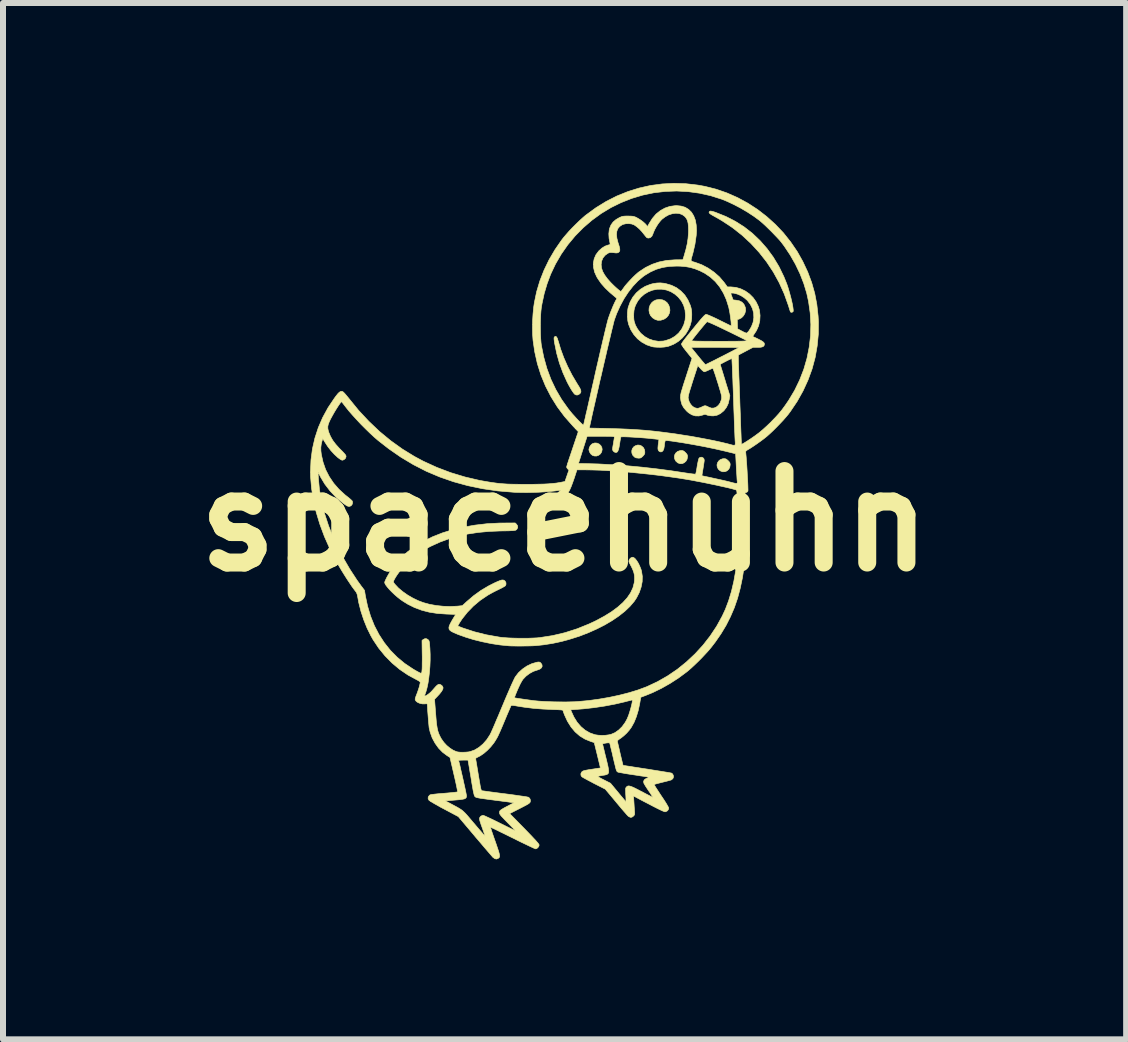
<source format=kicad_pcb>
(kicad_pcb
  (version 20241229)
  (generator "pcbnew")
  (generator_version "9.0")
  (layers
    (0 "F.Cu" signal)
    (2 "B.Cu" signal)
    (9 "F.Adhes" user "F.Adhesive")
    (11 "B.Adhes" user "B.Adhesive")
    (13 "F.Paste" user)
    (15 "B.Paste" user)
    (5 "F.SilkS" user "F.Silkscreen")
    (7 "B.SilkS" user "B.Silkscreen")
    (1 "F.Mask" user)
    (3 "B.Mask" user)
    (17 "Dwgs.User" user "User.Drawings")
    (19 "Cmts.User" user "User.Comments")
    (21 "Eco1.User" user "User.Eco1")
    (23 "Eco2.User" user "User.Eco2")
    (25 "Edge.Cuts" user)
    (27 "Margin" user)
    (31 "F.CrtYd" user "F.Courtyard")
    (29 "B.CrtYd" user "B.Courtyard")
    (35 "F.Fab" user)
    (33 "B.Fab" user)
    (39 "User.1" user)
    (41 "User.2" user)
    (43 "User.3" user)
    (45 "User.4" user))
  (footprint "spacehuhn"
    (layer "F.Cu")
    (at 6.357 5.634)
    (property "Reference" "spacehuhn" (at 0 0 0) (layer "F.SilkS") (effects (font (size 1.524 1.524) (thickness 0.3))))
    (attr through_hole)
    (fp_poly (pts (xy 0.543 -1.3) (xy 0.578 -1.284) (xy 0.606 -1.258) (xy 0.623 -1.223) (xy 0.627 -1.194) (xy 0.619 -1.154) (xy 0.599 -1.122) (xy 0.569 -1.098) (xy 0.533 -1.085) (xy 0.495 -1.086) (xy 0.464 -1.097) (xy 0.438 -1.119) (xy 0.418 -1.15) (xy 0.407 -1.184) (xy 0.406 -1.194) (xy 0.414 -1.228) (xy 0.432 -1.261) (xy 0.458 -1.286) (xy 0.466 -1.291) (xy 0.505 -1.303) (xy 0.543 -1.3)) (stroke (width 0.01) (type solid)) (fill yes) (layer "F.SilkS"))
    (fp_poly (pts (xy 1.257 -1.265) (xy 1.284 -1.252) (xy 1.316 -1.224) (xy 1.334 -1.186) (xy 1.338 -1.151) (xy 1.336 -1.127) (xy 1.327 -1.108) (xy 1.309 -1.087) (xy 1.305 -1.083) (xy 1.283 -1.063) (xy 1.266 -1.053) (xy 1.244 -1.05) (xy 1.231 -1.05) (xy 1.191 -1.055) (xy 1.166 -1.068) (xy 1.137 -1.098) (xy 1.122 -1.134) (xy 1.12 -1.172) (xy 1.13 -1.208) (xy 1.154 -1.239) (xy 1.18 -1.256) (xy 1.22 -1.269) (xy 1.257 -1.265)) (stroke (width 0.01) (type solid)) (fill yes) (layer "F.SilkS"))
    (fp_poly (pts (xy 1.97 -1.175) (xy 1.989 -1.166) (xy 2.01 -1.148) (xy 2.015 -1.143) (xy 2.035 -1.121) (xy 2.046 -1.102) (xy 2.049 -1.081) (xy 2.049 -1.073) (xy 2.042 -1.032) (xy 2.023 -0.999) (xy 1.995 -0.974) (xy 1.962 -0.959) (xy 1.926 -0.957) (xy 1.89 -0.97) (xy 1.885 -0.973) (xy 1.853 -1.002) (xy 1.835 -1.037) (xy 1.83 -1.073) (xy 1.837 -1.108) (xy 1.856 -1.138) (xy 1.885 -1.162) (xy 1.924 -1.175) (xy 1.947 -1.177) (xy 1.97 -1.175)) (stroke (width 0.01) (type solid)) (fill yes) (layer "F.SilkS"))
    (fp_poly (pts (xy 2.681 -1.039) (xy 2.7 -1.031) (xy 2.721 -1.012) (xy 2.726 -1.008) (xy 2.747 -0.985) (xy 2.757 -0.967) (xy 2.76 -0.945) (xy 2.76 -0.938) (xy 2.753 -0.896) (xy 2.734 -0.862) (xy 2.705 -0.837) (xy 2.671 -0.824) (xy 2.633 -0.823) (xy 2.595 -0.838) (xy 2.593 -0.839) (xy 2.562 -0.867) (xy 2.545 -0.901) (xy 2.54 -0.936) (xy 2.548 -0.971) (xy 2.567 -1.001) (xy 2.595 -1.025) (xy 2.633 -1.039) (xy 2.658 -1.041) (xy 2.681 -1.039)) (stroke (width 0.01) (type solid)) (fill yes) (layer "F.SilkS"))
    (fp_poly (pts (xy 1.634 -3.687) (xy 1.677 -3.667) (xy 1.712 -3.637) (xy 1.736 -3.6) (xy 1.751 -3.558) (xy 1.756 -3.514) (xy 1.749 -3.47) (xy 1.73 -3.429) (xy 1.7 -3.393) (xy 1.657 -3.365) (xy 1.604 -3.348) (xy 1.554 -3.347) (xy 1.511 -3.36) (xy 1.466 -3.389) (xy 1.434 -3.425) (xy 1.415 -3.467) (xy 1.407 -3.511) (xy 1.41 -3.555) (xy 1.424 -3.597) (xy 1.448 -3.635) (xy 1.481 -3.665) (xy 1.524 -3.686) (xy 1.575 -3.694) (xy 1.583 -3.694) (xy 1.634 -3.687)) (stroke (width 0.01) (type solid)) (fill yes) (layer "F.SilkS"))
    (fp_poly (pts (xy -0.135 -3.072) (xy -0.12 -3.047) (xy -0.107 -3.005) (xy -0.106 -3.004) (xy -0.065 -2.866) (xy -0.012 -2.722) (xy 0.052 -2.577) (xy 0.125 -2.434) (xy 0.206 -2.297) (xy 0.223 -2.27) (xy 0.25 -2.226) (xy 0.267 -2.192) (xy 0.273 -2.165) (xy 0.27 -2.144) (xy 0.258 -2.127) (xy 0.251 -2.12) (xy 0.221 -2.103) (xy 0.192 -2.103) (xy 0.172 -2.113) (xy 0.158 -2.127) (xy 0.139 -2.153) (xy 0.115 -2.189) (xy 0.09 -2.232) (xy 0.064 -2.278) (xy 0.04 -2.325) (xy -0.027 -2.474) (xy -0.085 -2.633) (xy -0.131 -2.797) (xy -0.164 -2.959) (xy -0.17 -2.992) (xy -0.174 -3.027) (xy -0.175 -3.049) (xy -0.173 -3.062) (xy -0.167 -3.071) (xy -0.167 -3.071) (xy -0.15 -3.08) (xy -0.135 -3.072)) (stroke (width 0.01) (type solid)) (fill yes) (layer "F.SilkS"))
    (fp_poly (pts (xy 2.448 -5.165) (xy 2.478 -5.158) (xy 2.521 -5.144) (xy 2.525 -5.142) (xy 2.69 -5.076) (xy 2.846 -4.996) (xy 2.994 -4.902) (xy 3.131 -4.795) (xy 3.258 -4.674) (xy 3.374 -4.542) (xy 3.479 -4.398) (xy 3.573 -4.242) (xy 3.654 -4.075) (xy 3.703 -3.954) (xy 3.721 -3.902) (xy 3.738 -3.845) (xy 3.755 -3.785) (xy 3.771 -3.725) (xy 3.785 -3.667) (xy 3.797 -3.613) (xy 3.805 -3.566) (xy 3.81 -3.528) (xy 3.811 -3.502) (xy 3.808 -3.491) (xy 3.794 -3.482) (xy 3.777 -3.48) (xy 3.765 -3.486) (xy 3.761 -3.496) (xy 3.753 -3.519) (xy 3.743 -3.552) (xy 3.731 -3.591) (xy 3.73 -3.594) (xy 3.661 -3.787) (xy 3.577 -3.973) (xy 3.479 -4.151) (xy 3.367 -4.32) (xy 3.242 -4.479) (xy 3.105 -4.628) (xy 2.956 -4.766) (xy 2.796 -4.892) (xy 2.625 -5.005) (xy 2.527 -5.062) (xy 2.48 -5.088) (xy 2.447 -5.107) (xy 2.425 -5.122) (xy 2.413 -5.134) (xy 2.408 -5.144) (xy 2.41 -5.151) (xy 2.417 -5.162) (xy 2.429 -5.167) (xy 2.448 -5.165)) (stroke (width 0.01) (type solid)) (fill yes) (layer "F.SilkS"))
    (fp_poly (pts (xy 1.657 -3.964) (xy 1.691 -3.957) (xy 1.783 -3.93) (xy 1.867 -3.889) (xy 1.94 -3.834) (xy 2.004 -3.767) (xy 2.055 -3.688) (xy 2.095 -3.598) (xy 2.096 -3.594) (xy 2.108 -3.555) (xy 2.115 -3.519) (xy 2.119 -3.479) (xy 2.12 -3.442) (xy 2.118 -3.377) (xy 2.11 -3.322) (xy 2.096 -3.269) (xy 2.073 -3.212) (xy 2.064 -3.192) (xy 2.019 -3.118) (xy 1.961 -3.051) (xy 1.893 -2.993) (xy 1.816 -2.947) (xy 1.734 -2.915) (xy 1.71 -2.909) (xy 1.661 -2.901) (xy 1.603 -2.897) (xy 1.543 -2.898) (xy 1.488 -2.902) (xy 1.456 -2.908) (xy 1.368 -2.938) (xy 1.287 -2.983) (xy 1.215 -3.04) (xy 1.154 -3.11) (xy 1.104 -3.189) (xy 1.068 -3.278) (xy 1.067 -3.281) (xy 1.054 -3.338) (xy 1.048 -3.403) (xy 1.152 -3.403) (xy 1.156 -3.354) (xy 1.161 -3.327) (xy 1.181 -3.266) (xy 1.215 -3.204) (xy 1.257 -3.147) (xy 1.274 -3.128) (xy 1.337 -3.075) (xy 1.409 -3.035) (xy 1.486 -3.009) (xy 1.566 -2.997) (xy 1.647 -3.001) (xy 1.687 -3.01) (xy 1.769 -3.039) (xy 1.841 -3.081) (xy 1.902 -3.135) (xy 1.951 -3.199) (xy 1.987 -3.272) (xy 2.009 -3.351) (xy 2.015 -3.428) (xy 2.008 -3.516) (xy 1.985 -3.596) (xy 1.947 -3.669) (xy 1.894 -3.734) (xy 1.839 -3.782) (xy 1.769 -3.825) (xy 1.695 -3.852) (xy 1.619 -3.865) (xy 1.542 -3.864) (xy 1.468 -3.849) (xy 1.397 -3.822) (xy 1.331 -3.783) (xy 1.272 -3.732) (xy 1.222 -3.671) (xy 1.183 -3.599) (xy 1.165 -3.548) (xy 1.157 -3.507) (xy 1.153 -3.457) (xy 1.152 -3.403) (xy 1.048 -3.403) (xy 1.048 -3.404) (xy 1.048 -3.472) (xy 1.055 -3.535) (xy 1.061 -3.563) (xy 1.093 -3.652) (xy 1.138 -3.733) (xy 1.196 -3.804) (xy 1.265 -3.864) (xy 1.343 -3.912) (xy 1.43 -3.946) (xy 1.475 -3.958) (xy 1.539 -3.968) (xy 1.597 -3.97) (xy 1.657 -3.964)) (stroke (width 0.01) (type solid)) (fill yes) (layer "F.SilkS"))
    (fp_poly (pts (xy -0.801 0.05) (xy -0.783 0.077) (xy -0.78 0.106) (xy -0.794 0.134) (xy -0.799 0.139) (xy -0.805 0.145) (xy -0.812 0.149) (xy -0.821 0.153) (xy -0.836 0.155) (xy -0.857 0.158) (xy -0.888 0.159) (xy -0.928 0.161) (xy -0.982 0.162) (xy -1.05 0.163) (xy -1.059 0.163) (xy -1.255 0.171) (xy -1.438 0.188) (xy -1.61 0.214) (xy -1.773 0.249) (xy -1.927 0.294) (xy -2.077 0.349) (xy -2.222 0.415) (xy -2.231 0.419) (xy -2.325 0.468) (xy -2.405 0.516) (xy -2.478 0.566) (xy -2.545 0.62) (xy -2.611 0.681) (xy -2.625 0.694) (xy -2.667 0.74) (xy -2.711 0.79) (xy -2.752 0.843) (xy -2.789 0.894) (xy -2.82 0.942) (xy -2.841 0.981) (xy -2.844 0.988) (xy -2.85 1.005) (xy -2.849 1.018) (xy -2.841 1.033) (xy -2.825 1.053) (xy -2.767 1.115) (xy -2.695 1.175) (xy -2.614 1.232) (xy -2.526 1.283) (xy -2.434 1.327) (xy -2.351 1.358) (xy -2.249 1.386) (xy -2.137 1.406) (xy -2.021 1.418) (xy -1.905 1.422) (xy -1.796 1.417) (xy -1.781 1.416) (xy -1.703 1.408) (xy -1.628 1.339) (xy -1.513 1.241) (xy -1.395 1.156) (xy -1.269 1.081) (xy -1.173 1.032) (xy -1.12 1.008) (xy -1.081 0.992) (xy -1.051 0.982) (xy -1.028 0.98) (xy -1.011 0.984) (xy -0.996 0.994) (xy -0.991 0.999) (xy -0.977 1.023) (xy -0.975 1.051) (xy -0.985 1.076) (xy -0.996 1.084) (xy -1.019 1.098) (xy -1.052 1.116) (xy -1.091 1.135) (xy -1.109 1.144) (xy -1.156 1.167) (xy -1.202 1.191) (xy -1.244 1.214) (xy -1.277 1.233) (xy -1.282 1.236) (xy -1.406 1.32) (xy -1.519 1.415) (xy -1.62 1.519) (xy -1.707 1.629) (xy -1.748 1.691) (xy -1.763 1.717) (xy -1.774 1.737) (xy -1.777 1.747) (xy -1.777 1.748) (xy -1.768 1.752) (xy -1.747 1.76) (xy -1.717 1.772) (xy -1.693 1.781) (xy -1.504 1.843) (xy -1.305 1.893) (xy -1.098 1.93) (xy -1.058 1.936) (xy -1.003 1.941) (xy -0.934 1.946) (xy -0.856 1.949) (xy -0.773 1.951) (xy -0.688 1.951) (xy -0.605 1.951) (xy -0.527 1.948) (xy -0.46 1.945) (xy -0.411 1.94) (xy -0.199 1.907) (xy 0.008 1.858) (xy 0.211 1.793) (xy 0.411 1.712) (xy 0.526 1.658) (xy 0.661 1.585) (xy 0.781 1.511) (xy 0.885 1.434) (xy 0.973 1.356) (xy 1.045 1.276) (xy 1.1 1.195) (xy 1.139 1.112) (xy 1.161 1.028) (xy 1.166 0.986) (xy 1.167 0.941) (xy 1.164 0.899) (xy 1.155 0.858) (xy 1.139 0.813) (xy 1.116 0.762) (xy 1.084 0.702) (xy 1.077 0.69) (xy 1.072 0.665) (xy 1.08 0.64) (xy 1.097 0.617) (xy 1.121 0.604) (xy 1.136 0.601) (xy 1.157 0.609) (xy 1.181 0.63) (xy 1.206 0.663) (xy 1.231 0.703) (xy 1.253 0.75) (xy 1.273 0.799) (xy 1.283 0.834) (xy 1.296 0.919) (xy 1.294 1.008) (xy 1.276 1.099) (xy 1.245 1.19) (xy 1.2 1.278) (xy 1.16 1.338) (xy 1.089 1.421) (xy 1.004 1.502) (xy 0.904 1.581) (xy 0.792 1.657) (xy 0.67 1.729) (xy 0.538 1.796) (xy 0.399 1.858) (xy 0.255 1.914) (xy 0.106 1.962) (xy -0.046 2.004) (xy -0.199 2.037) (xy -0.352 2.061) (xy -0.476 2.074) (xy -0.524 2.077) (xy -0.583 2.079) (xy -0.649 2.08) (xy -0.718 2.081) (xy -0.787 2.081) (xy -0.85 2.08) (xy -0.903 2.079) (xy -0.931 2.077) (xy -1.073 2.063) (xy -1.219 2.041) (xy -1.365 2.011) (xy -1.509 1.976) (xy -1.646 1.934) (xy -1.772 1.889) (xy -1.847 1.857) (xy -1.883 1.839) (xy -1.908 1.821) (xy -1.923 1.801) (xy -1.927 1.776) (xy -1.921 1.746) (xy -1.904 1.708) (xy -1.877 1.659) (xy -1.859 1.628) (xy -1.814 1.554) (xy -1.972 1.548) (xy -2.118 1.538) (xy -2.253 1.517) (xy -2.378 1.485) (xy -2.497 1.441) (xy -2.612 1.384) (xy -2.691 1.335) (xy -2.738 1.302) (xy -2.786 1.264) (xy -2.834 1.222) (xy -2.879 1.179) (xy -2.919 1.138) (xy -2.953 1.098) (xy -2.979 1.064) (xy -2.994 1.036) (xy -2.997 1.022) (xy -2.993 1.004) (xy -2.98 0.975) (xy -2.962 0.938) (xy -2.939 0.897) (xy -2.914 0.853) (xy -2.888 0.811) (xy -2.866 0.778) (xy -2.824 0.724) (xy -2.773 0.665) (xy -2.718 0.606) (xy -2.661 0.551) (xy -2.612 0.508) (xy -2.487 0.416) (xy -2.349 0.334) (xy -2.198 0.26) (xy -2.036 0.196) (xy -1.863 0.142) (xy -1.681 0.099) (xy -1.491 0.066) (xy -1.294 0.043) (xy -1.09 0.032) (xy -1.019 0.031) (xy -0.823 0.03) (xy -0.801 0.05)) (stroke (width 0.01) (type solid)) (fill yes) (layer "F.SilkS"))
    (fp_poly (pts (xy 2.021 -5.623) (xy 2.22 -5.6) (xy 2.337 -5.579) (xy 2.524 -5.532) (xy 2.706 -5.469) (xy 2.883 -5.391) (xy 3.053 -5.299) (xy 3.215 -5.194) (xy 3.369 -5.075) (xy 3.513 -4.945) (xy 3.647 -4.804) (xy 3.768 -4.652) (xy 3.878 -4.491) (xy 3.969 -4.329) (xy 4.052 -4.152) (xy 4.118 -3.975) (xy 4.169 -3.795) (xy 4.204 -3.611) (xy 4.225 -3.421) (xy 4.231 -3.318) (xy 4.229 -3.118) (xy 4.21 -2.921) (xy 4.176 -2.727) (xy 4.125 -2.537) (xy 4.057 -2.351) (xy 3.974 -2.17) (xy 3.876 -1.995) (xy 3.762 -1.826) (xy 3.727 -1.779) (xy 3.69 -1.735) (xy 3.644 -1.682) (xy 3.591 -1.626) (xy 3.535 -1.568) (xy 3.478 -1.511) (xy 3.424 -1.46) (xy 3.376 -1.417) (xy 3.37 -1.412) (xy 3.324 -1.375) (xy 3.269 -1.334) (xy 3.209 -1.291) (xy 3.149 -1.25) (xy 3.094 -1.214) (xy 3.055 -1.191) (xy 3.032 -1.177) (xy 3.021 -1.165) (xy 3.018 -1.152) (xy 3.02 -1.136) (xy 3.023 -1.105) (xy 3.027 -1.063) (xy 3.03 -1.012) (xy 3.035 -0.953) (xy 3.039 -0.891) (xy 3.043 -0.826) (xy 3.046 -0.761) (xy 3.05 -0.698) (xy 3.053 -0.641) (xy 3.055 -0.59) (xy 3.056 -0.549) (xy 3.057 -0.519) (xy 3.056 -0.504) (xy 3.056 -0.502) (xy 3.043 -0.486) (xy 3.026 -0.477) (xy 3.014 -0.473) (xy 3.008 -0.467) (xy 3.006 -0.453) (xy 3.008 -0.427) (xy 3.009 -0.42) (xy 3.016 -0.342) (xy 3.021 -0.251) (xy 3.025 -0.149) (xy 3.028 -0.04) (xy 3.029 0.072) (xy 3.029 0.184) (xy 3.027 0.293) (xy 3.024 0.396) (xy 3.019 0.489) (xy 3.014 0.555) (xy 2.993 0.756) (xy 2.964 0.944) (xy 2.927 1.12) (xy 2.883 1.285) (xy 2.829 1.442) (xy 2.765 1.591) (xy 2.692 1.736) (xy 2.607 1.877) (xy 2.511 2.016) (xy 2.443 2.104) (xy 2.403 2.152) (xy 2.352 2.208) (xy 2.295 2.269) (xy 2.234 2.331) (xy 2.172 2.391) (xy 2.113 2.446) (xy 2.059 2.493) (xy 2.033 2.514) (xy 1.898 2.614) (xy 1.757 2.705) (xy 1.612 2.787) (xy 1.468 2.857) (xy 1.35 2.905) (xy 1.318 2.917) (xy 1.291 2.927) (xy 1.275 2.933) (xy 1.272 2.934) (xy 1.27 2.942) (xy 1.266 2.964) (xy 1.26 2.995) (xy 1.254 3.032) (xy 1.229 3.152) (xy 1.197 3.258) (xy 1.159 3.352) (xy 1.113 3.435) (xy 1.078 3.483) (xy 1.035 3.532) (xy 0.988 3.576) (xy 0.943 3.612) (xy 0.929 3.621) (xy 0.905 3.638) (xy 0.887 3.653) (xy 0.881 3.662) (xy 0.882 3.673) (xy 0.887 3.697) (xy 0.895 3.732) (xy 0.905 3.775) (xy 0.916 3.822) (xy 0.927 3.872) (xy 0.939 3.922) (xy 0.95 3.969) (xy 0.96 4.009) (xy 0.968 4.041) (xy 0.973 4.062) (xy 0.975 4.068) (xy 0.984 4.07) (xy 1.008 4.074) (xy 1.045 4.08) (xy 1.094 4.087) (xy 1.153 4.097) (xy 1.221 4.107) (xy 1.295 4.119) (xy 1.375 4.131) (xy 1.376 4.131) (xy 1.456 4.144) (xy 1.531 4.156) (xy 1.6 4.167) (xy 1.661 4.177) (xy 1.712 4.185) (xy 1.751 4.192) (xy 1.777 4.197) (xy 1.787 4.2) (xy 1.8 4.213) (xy 1.811 4.232) (xy 1.816 4.262) (xy 1.806 4.289) (xy 1.782 4.31) (xy 1.763 4.317) (xy 1.743 4.322) (xy 1.711 4.331) (xy 1.671 4.341) (xy 1.626 4.352) (xy 1.614 4.355) (xy 1.572 4.366) (xy 1.536 4.375) (xy 1.509 4.383) (xy 1.495 4.388) (xy 1.493 4.389) (xy 1.496 4.396) (xy 1.508 4.416) (xy 1.527 4.447) (xy 1.552 4.485) (xy 1.581 4.53) (xy 1.612 4.577) (xy 1.657 4.644) (xy 1.692 4.699) (xy 1.716 4.74) (xy 1.731 4.768) (xy 1.736 4.783) (xy 1.728 4.809) (xy 1.709 4.83) (xy 1.683 4.842) (xy 1.673 4.843) (xy 1.66 4.839) (xy 1.634 4.829) (xy 1.595 4.811) (xy 1.544 4.786) (xy 1.479 4.753) (xy 1.401 4.712) (xy 1.308 4.664) (xy 1.22 4.617) (xy 1.149 4.579) (xy 1.155 4.662) (xy 1.158 4.71) (xy 1.161 4.762) (xy 1.165 4.808) (xy 1.165 4.819) (xy 1.168 4.855) (xy 1.168 4.878) (xy 1.165 4.893) (xy 1.158 4.904) (xy 1.149 4.914) (xy 1.122 4.933) (xy 1.095 4.935) (xy 1.066 4.92) (xy 1.049 4.904) (xy 1.036 4.89) (xy 1.014 4.864) (xy 0.984 4.83) (xy 0.948 4.788) (xy 0.908 4.74) (xy 0.865 4.689) (xy 0.849 4.669) (xy 0.679 4.466) (xy 0.49 4.37) (xy 0.438 4.342) (xy 0.39 4.317) (xy 0.348 4.294) (xy 0.315 4.276) (xy 0.294 4.263) (xy 0.287 4.257) (xy 0.284 4.253) (xy 0.553 4.253) (xy 0.558 4.259) (xy 0.577 4.27) (xy 0.605 4.285) (xy 0.641 4.304) (xy 0.657 4.312) (xy 0.766 4.367) (xy 0.893 4.52) (xy 0.929 4.564) (xy 0.961 4.602) (xy 0.988 4.634) (xy 1.008 4.658) (xy 1.02 4.671) (xy 1.023 4.674) (xy 1.024 4.666) (xy 1.024 4.644) (xy 1.023 4.611) (xy 1.021 4.571) (xy 1.02 4.56) (xy 1.018 4.514) (xy 1.017 4.482) (xy 1.017 4.461) (xy 1.02 4.447) (xy 1.025 4.437) (xy 1.032 4.429) (xy 1.032 4.429) (xy 1.044 4.419) (xy 1.057 4.413) (xy 1.074 4.412) (xy 1.096 4.417) (xy 1.125 4.427) (xy 1.163 4.444) (xy 1.211 4.468) (xy 1.272 4.5) (xy 1.287 4.507) (xy 1.337 4.534) (xy 1.383 4.558) (xy 1.421 4.577) (xy 1.45 4.592) (xy 1.467 4.6) (xy 1.471 4.602) (xy 1.467 4.595) (xy 1.456 4.576) (xy 1.438 4.548) (xy 1.415 4.513) (xy 1.401 4.493) (xy 1.375 4.454) (xy 1.352 4.419) (xy 1.334 4.389) (xy 1.323 4.369) (xy 1.321 4.364) (xy 1.317 4.335) (xy 1.329 4.31) (xy 1.357 4.29) (xy 1.375 4.283) (xy 1.388 4.279) (xy 1.398 4.275) (xy 1.404 4.273) (xy 1.404 4.27) (xy 1.397 4.267) (xy 1.381 4.263) (xy 1.356 4.258) (xy 1.319 4.252) (xy 1.269 4.245) (xy 1.206 4.235) (xy 1.139 4.225) (xy 1.078 4.216) (xy 1.021 4.207) (xy 0.972 4.198) (xy 0.932 4.191) (xy 0.904 4.186) (xy 0.891 4.182) (xy 0.891 4.182) (xy 0.884 4.179) (xy 0.877 4.174) (xy 0.871 4.166) (xy 0.865 4.153) (xy 0.858 4.133) (xy 0.85 4.104) (xy 0.841 4.065) (xy 0.828 4.014) (xy 0.813 3.949) (xy 0.805 3.915) (xy 0.792 3.857) (xy 0.779 3.805) (xy 0.768 3.76) (xy 0.76 3.726) (xy 0.754 3.703) (xy 0.752 3.696) (xy 0.741 3.694) (xy 0.72 3.694) (xy 0.694 3.697) (xy 0.667 3.702) (xy 0.646 3.707) (xy 0.635 3.711) (xy 0.635 3.712) (xy 0.637 3.723) (xy 0.642 3.748) (xy 0.651 3.784) (xy 0.662 3.831) (xy 0.675 3.885) (xy 0.69 3.944) (xy 0.69 3.944) (xy 0.708 4.018) (xy 0.722 4.078) (xy 0.731 4.124) (xy 0.735 4.16) (xy 0.734 4.185) (xy 0.728 4.204) (xy 0.715 4.216) (xy 0.695 4.225) (xy 0.669 4.231) (xy 0.636 4.236) (xy 0.631 4.237) (xy 0.597 4.243) (xy 0.571 4.248) (xy 0.555 4.252) (xy 0.553 4.253) (xy 0.284 4.253) (xy 0.273 4.233) (xy 0.273 4.205) (xy 0.287 4.179) (xy 0.291 4.175) (xy 0.302 4.167) (xy 0.316 4.16) (xy 0.338 4.154) (xy 0.369 4.148) (xy 0.413 4.14) (xy 0.455 4.134) (xy 0.598 4.112) (xy 0.547 3.901) (xy 0.495 3.69) (xy 0.436 3.671) (xy 0.341 3.632) (xy 0.254 3.579) (xy 0.176 3.511) (xy 0.108 3.43) (xy 0.048 3.334) (xy -0.000305 3.229) (xy -0.012 3.198) (xy -0.021 3.172) (xy -0.025 3.157) (xy -0.025 3.155) (xy -0.029 3.151) (xy -0.041 3.148) (xy -0.062 3.145) (xy -0.085 3.144) (xy 0.103 3.144) (xy 0.111 3.166) (xy 0.156 3.264) (xy 0.21 3.351) (xy 0.273 3.424) (xy 0.343 3.483) (xy 0.421 3.528) (xy 0.505 3.558) (xy 0.516 3.56) (xy 0.564 3.567) (xy 0.621 3.57) (xy 0.68 3.568) (xy 0.735 3.561) (xy 0.776 3.552) (xy 0.841 3.524) (xy 0.903 3.48) (xy 0.96 3.424) (xy 1.01 3.355) (xy 1.042 3.297) (xy 1.055 3.266) (xy 1.07 3.228) (xy 1.084 3.184) (xy 1.098 3.139) (xy 1.11 3.094) (xy 1.12 3.054) (xy 1.127 3.019) (xy 1.13 2.994) (xy 1.129 2.981) (xy 1.127 2.98) (xy 1.117 2.982) (xy 1.094 2.988) (xy 1.06 2.996) (xy 1.02 3.006) (xy 1.007 3.01) (xy 0.843 3.048) (xy 0.669 3.081) (xy 0.489 3.108) (xy 0.31 3.128) (xy 0.244 3.133) (xy 0.103 3.144) (xy -0.085 3.144) (xy -0.095 3.143) (xy -0.141 3.141) (xy -0.203 3.139) (xy -0.214 3.138) (xy -0.366 3.131) (xy -0.519 3.119) (xy -0.666 3.101) (xy -0.787 3.082) (xy -0.825 3.075) (xy -0.858 3.071) (xy -0.88 3.07) (xy -0.889 3.071) (xy -0.894 3.08) (xy -0.904 3.103) (xy -0.919 3.138) (xy -0.938 3.182) (xy -0.96 3.233) (xy -0.984 3.291) (xy -0.99 3.305) (xy -1.023 3.384) (xy -1.051 3.45) (xy -1.074 3.503) (xy -1.094 3.547) (xy -1.111 3.584) (xy -1.127 3.614) (xy -1.143 3.641) (xy -1.159 3.667) (xy -1.176 3.693) (xy -1.181 3.7) (xy -1.23 3.761) (xy -1.286 3.819) (xy -1.345 3.87) (xy -1.405 3.911) (xy -1.456 3.937) (xy -1.475 3.947) (xy -1.48 3.959) (xy -1.479 3.97) (xy -1.477 3.984) (xy -1.472 4.012) (xy -1.465 4.052) (xy -1.457 4.102) (xy -1.447 4.16) (xy -1.437 4.223) (xy -1.434 4.24) (xy -1.422 4.311) (xy -1.412 4.368) (xy -1.405 4.411) (xy -1.398 4.443) (xy -1.393 4.465) (xy -1.388 4.479) (xy -1.383 4.487) (xy -1.378 4.491) (xy -1.376 4.492) (xy -1.364 4.494) (xy -1.337 4.497) (xy -1.297 4.503) (xy -1.246 4.51) (xy -1.185 4.518) (xy -1.117 4.527) (xy -1.042 4.537) (xy -0.991 4.543) (xy -0.913 4.553) (xy -0.84 4.563) (xy -0.773 4.573) (xy -0.715 4.581) (xy -0.666 4.588) (xy -0.63 4.594) (xy -0.608 4.599) (xy -0.601 4.6) (xy -0.58 4.619) (xy -0.569 4.646) (xy -0.571 4.677) (xy -0.572 4.68) (xy -0.577 4.689) (xy -0.587 4.699) (xy -0.603 4.711) (xy -0.628 4.726) (xy -0.664 4.745) (xy -0.712 4.77) (xy -0.747 4.788) (xy -0.914 4.873) (xy -0.668 5.124) (xy -0.605 5.189) (xy -0.553 5.243) (xy -0.512 5.287) (xy -0.479 5.322) (xy -0.455 5.35) (xy -0.438 5.37) (xy -0.428 5.385) (xy -0.424 5.394) (xy -0.423 5.397) (xy -0.43 5.42) (xy -0.446 5.442) (xy -0.467 5.457) (xy -0.482 5.461) (xy -0.492 5.457) (xy -0.517 5.447) (xy -0.553 5.43) (xy -0.6 5.408) (xy -0.656 5.381) (xy -0.719 5.351) (xy -0.788 5.317) (xy -0.861 5.28) (xy -0.864 5.279) (xy -0.937 5.243) (xy -1.006 5.209) (xy -1.068 5.179) (xy -1.122 5.152) (xy -1.167 5.13) (xy -1.202 5.114) (xy -1.225 5.104) (xy -1.234 5.1) (xy -1.234 5.1) (xy -1.232 5.109) (xy -1.225 5.131) (xy -1.214 5.166) (xy -1.199 5.21) (xy -1.181 5.262) (xy -1.161 5.32) (xy -1.156 5.333) (xy -1.131 5.405) (xy -1.112 5.462) (xy -1.097 5.507) (xy -1.088 5.541) (xy -1.083 5.566) (xy -1.082 5.585) (xy -1.085 5.598) (xy -1.092 5.608) (xy -1.102 5.617) (xy -1.104 5.618) (xy -1.132 5.63) (xy -1.16 5.625) (xy -1.189 5.605) (xy -1.196 5.599) (xy -1.207 5.586) (xy -1.228 5.562) (xy -1.258 5.527) (xy -1.295 5.484) (xy -1.338 5.434) (xy -1.386 5.377) (xy -1.438 5.316) (xy -1.493 5.252) (xy -1.498 5.245) (xy -1.77 4.923) (xy -2.005 4.798) (xy -2.064 4.767) (xy -2.118 4.736) (xy -2.167 4.709) (xy -2.207 4.685) (xy -2.237 4.667) (xy -2.245 4.661) (xy -1.985 4.661) (xy -1.892 4.711) (xy -1.84 4.739) (xy -1.797 4.762) (xy -1.762 4.782) (xy -1.733 4.8) (xy -1.707 4.818) (xy -1.683 4.839) (xy -1.658 4.863) (xy -1.631 4.892) (xy -1.599 4.929) (xy -1.56 4.975) (xy -1.512 5.032) (xy -1.508 5.036) (xy -1.465 5.087) (xy -1.425 5.134) (xy -1.39 5.174) (xy -1.361 5.208) (xy -1.34 5.232) (xy -1.327 5.246) (xy -1.324 5.249) (xy -1.326 5.242) (xy -1.332 5.222) (xy -1.342 5.193) (xy -1.35 5.171) (xy -1.372 5.108) (xy -1.39 5.059) (xy -1.402 5.021) (xy -1.411 4.994) (xy -1.415 4.974) (xy -1.417 4.96) (xy -1.417 4.949) (xy -1.414 4.941) (xy -1.397 4.917) (xy -1.369 4.904) (xy -1.355 4.902) (xy -1.344 4.906) (xy -1.319 4.916) (xy -1.283 4.933) (xy -1.237 4.954) (xy -1.185 4.979) (xy -1.126 5.008) (xy -1.084 5.029) (xy -1.023 5.059) (xy -0.967 5.087) (xy -0.918 5.111) (xy -0.878 5.131) (xy -0.847 5.146) (xy -0.829 5.154) (xy -0.824 5.156) (xy -0.828 5.15) (xy -0.842 5.134) (xy -0.865 5.11) (xy -0.896 5.078) (xy -0.931 5.042) (xy -0.951 5.022) (xy -0.994 4.978) (xy -1.027 4.943) (xy -1.051 4.918) (xy -1.067 4.898) (xy -1.077 4.884) (xy -1.082 4.872) (xy -1.084 4.861) (xy -1.084 4.858) (xy -1.083 4.844) (xy -1.08 4.832) (xy -1.072 4.821) (xy -1.058 4.81) (xy -1.035 4.795) (xy -1.002 4.776) (xy -0.955 4.751) (xy -0.95 4.749) (xy -0.845 4.693) (xy -0.907 4.684) (xy -0.932 4.68) (xy -0.97 4.675) (xy -1.02 4.669) (xy -1.078 4.661) (xy -1.142 4.653) (xy -1.209 4.644) (xy -1.219 4.643) (xy -1.292 4.633) (xy -1.35 4.625) (xy -1.395 4.619) (xy -1.429 4.613) (xy -1.454 4.608) (xy -1.471 4.603) (xy -1.482 4.598) (xy -1.489 4.593) (xy -1.495 4.587) (xy -1.5 4.578) (xy -1.505 4.566) (xy -1.51 4.547) (xy -1.516 4.52) (xy -1.524 4.484) (xy -1.532 4.436) (xy -1.543 4.375) (xy -1.554 4.305) (xy -1.565 4.238) (xy -1.576 4.176) (xy -1.585 4.12) (xy -1.593 4.073) (xy -1.599 4.037) (xy -1.603 4.014) (xy -1.604 4.008) (xy -1.609 3.982) (xy -1.688 3.982) (xy -1.73 3.983) (xy -1.755 3.985) (xy -1.765 3.989) (xy -1.765 3.991) (xy -1.76 4.008) (xy -1.752 4.039) (xy -1.742 4.08) (xy -1.731 4.13) (xy -1.718 4.187) (xy -1.704 4.247) (xy -1.69 4.308) (xy -1.677 4.368) (xy -1.664 4.425) (xy -1.653 4.477) (xy -1.644 4.52) (xy -1.638 4.552) (xy -1.634 4.571) (xy -1.634 4.575) (xy -1.635 4.594) (xy -1.64 4.608) (xy -1.651 4.619) (xy -1.669 4.628) (xy -1.698 4.634) (xy -1.738 4.64) (xy -1.791 4.645) (xy -1.828 4.648) (xy -1.985 4.661) (xy -2.245 4.661) (xy -2.256 4.654) (xy -2.259 4.651) (xy -2.273 4.624) (xy -2.271 4.596) (xy -2.252 4.569) (xy -2.246 4.564) (xy -2.235 4.559) (xy -2.218 4.555) (xy -2.193 4.552) (xy -2.159 4.548) (xy -2.112 4.543) (xy -2.052 4.538) (xy -2.012 4.535) (xy -1.952 4.53) (xy -1.898 4.525) (xy -1.851 4.52) (xy -1.815 4.516) (xy -1.791 4.513) (xy -1.782 4.511) (xy -1.782 4.502) (xy -1.787 4.478) (xy -1.794 4.442) (xy -1.804 4.394) (xy -1.816 4.339) (xy -1.83 4.276) (xy -1.843 4.221) (xy -1.909 3.937) (xy -1.957 3.907) (xy -2.032 3.851) (xy -2.099 3.782) (xy -2.157 3.701) (xy -2.205 3.612) (xy -2.239 3.517) (xy -2.256 3.445) (xy -2.258 3.427) (xy -2.261 3.396) (xy -2.265 3.354) (xy -2.269 3.306) (xy -2.273 3.255) (xy -2.277 3.203) (xy -2.281 3.154) (xy -2.283 3.113) (xy -2.285 3.081) (xy -2.286 3.063) (xy -2.287 3.05) (xy -2.293 3.044) (xy -2.308 3.043) (xy -2.326 3.045) (xy -2.368 3.045) (xy -2.408 3.037) (xy -2.444 3.022) (xy -2.471 3.003) (xy -2.487 2.98) (xy -2.489 2.966) (xy -2.486 2.949) (xy -2.477 2.921) (xy -2.465 2.889) (xy -2.463 2.885) (xy -2.45 2.85) (xy -2.436 2.81) (xy -2.423 2.769) (xy -2.413 2.73) (xy -2.406 2.7) (xy -2.405 2.684) (xy -2.412 2.674) (xy -2.433 2.659) (xy -2.463 2.643) (xy -2.609 2.564) (xy -2.746 2.471) (xy -2.874 2.364) (xy -2.991 2.245) (xy -3.097 2.115) (xy -3.191 1.974) (xy -3.226 1.912) (xy -3.29 1.783) (xy -3.346 1.644) (xy -3.393 1.501) (xy -3.429 1.359) (xy -3.45 1.243) (xy -3.458 1.212) (xy -3.471 1.185) (xy -3.475 1.179) (xy -3.504 1.141) (xy -3.541 1.091) (xy -3.581 1.031) (xy -3.625 0.965) (xy -3.67 0.894) (xy -3.714 0.823) (xy -3.756 0.752) (xy -3.794 0.687) (xy -3.804 0.668) (xy -3.91 0.462) (xy -4.001 0.257) (xy -4.077 0.052) (xy -4.139 -0.152) (xy -4.185 -0.353) (xy -4.216 -0.551) (xy -4.232 -0.744) (xy -4.233 -0.817) (xy -4.108 -0.817) (xy -4.102 -0.72) (xy -4.084 -0.524) (xy -4.049 -0.325) (xy -3.998 -0.124) (xy -3.931 0.08) (xy -3.849 0.285) (xy -3.805 0.381) (xy -3.698 0.593) (xy -3.581 0.795) (xy -3.457 0.985) (xy -3.393 1.074) (xy -3.333 1.153) (xy -3.319 1.243) (xy -3.282 1.418) (xy -3.232 1.584) (xy -3.169 1.741) (xy -3.092 1.889) (xy -3.003 2.026) (xy -2.902 2.153) (xy -2.788 2.268) (xy -2.664 2.371) (xy -2.528 2.462) (xy -2.498 2.48) (xy -2.454 2.505) (xy -2.422 2.522) (xy -2.402 2.532) (xy -2.389 2.533) (xy -2.382 2.528) (xy -2.378 2.514) (xy -2.376 2.493) (xy -2.375 2.483) (xy -2.373 2.459) (xy -2.372 2.421) (xy -2.372 2.371) (xy -2.371 2.315) (xy -2.371 2.253) (xy -2.372 2.207) (xy -2.375 1.988) (xy -2.355 1.972) (xy -2.326 1.958) (xy -2.297 1.96) (xy -2.274 1.975) (xy -2.265 1.983) (xy -2.259 1.992) (xy -2.255 2.006) (xy -2.251 2.026) (xy -2.248 2.057) (xy -2.245 2.1) (xy -2.243 2.125) (xy -2.239 2.218) (xy -2.239 2.317) (xy -2.243 2.417) (xy -2.251 2.516) (xy -2.262 2.612) (xy -2.275 2.701) (xy -2.292 2.78) (xy -2.311 2.848) (xy -2.324 2.883) (xy -2.331 2.903) (xy -2.329 2.911) (xy -2.325 2.913) (xy -2.307 2.907) (xy -2.281 2.891) (xy -2.252 2.869) (xy -2.223 2.843) (xy -2.201 2.819) (xy -2.166 2.779) (xy -2.14 2.75) (xy -2.12 2.732) (xy -2.105 2.722) (xy -2.091 2.718) (xy -2.087 2.718) (xy -2.064 2.725) (xy -2.041 2.742) (xy -2.027 2.765) (xy -2.024 2.779) (xy -2.03 2.804) (xy -2.05 2.838) (xy -2.082 2.879) (xy -2.117 2.917) (xy -2.166 2.968) (xy -2.15 3.177) (xy -2.143 3.264) (xy -2.137 3.336) (xy -2.13 3.396) (xy -2.122 3.446) (xy -2.113 3.488) (xy -2.102 3.525) (xy -2.088 3.559) (xy -2.072 3.592) (xy -2.053 3.627) (xy -2.05 3.631) (xy -2.011 3.686) (xy -1.964 3.737) (xy -1.911 3.781) (xy -1.857 3.816) (xy -1.803 3.84) (xy -1.778 3.846) (xy -1.741 3.85) (xy -1.694 3.851) (xy -1.644 3.849) (xy -1.599 3.845) (xy -1.57 3.839) (xy -1.496 3.812) (xy -1.425 3.769) (xy -1.358 3.712) (xy -1.297 3.643) (xy -1.245 3.564) (xy -1.23 3.535) (xy -1.221 3.516) (xy -1.206 3.482) (xy -1.186 3.437) (xy -1.162 3.381) (xy -1.135 3.316) (xy -1.104 3.245) (xy -1.072 3.168) (xy -1.038 3.087) (xy -1.027 3.061) (xy -0.99 2.972) (xy -0.955 2.89) (xy -0.922 2.814) (xy -0.893 2.747) (xy -0.867 2.69) (xy -0.846 2.645) (xy -0.83 2.612) (xy -0.82 2.594) (xy -0.767 2.525) (xy -0.701 2.465) (xy -0.627 2.414) (xy -0.547 2.376) (xy -0.466 2.352) (xy -0.45 2.349) (xy -0.426 2.347) (xy -0.409 2.352) (xy -0.394 2.365) (xy -0.376 2.392) (xy -0.373 2.42) (xy -0.385 2.445) (xy -0.411 2.465) (xy -0.45 2.48) (xy -0.453 2.481) (xy -0.519 2.503) (xy -0.585 2.539) (xy -0.645 2.585) (xy -0.694 2.637) (xy -0.713 2.667) (xy -0.737 2.71) (xy -0.762 2.763) (xy -0.784 2.812) (xy -0.802 2.855) (xy -0.817 2.892) (xy -0.828 2.921) (xy -0.835 2.938) (xy -0.836 2.942) (xy -0.826 2.945) (xy -0.802 2.949) (xy -0.768 2.955) (xy -0.725 2.961) (xy -0.678 2.968) (xy -0.628 2.975) (xy -0.579 2.982) (xy -0.535 2.988) (xy -0.497 2.993) (xy -0.491 2.993) (xy -0.426 2.999) (xy -0.348 3.004) (xy -0.261 3.008) (xy -0.168 3.011) (xy -0.074 3.012) (xy 0.017 3.013) (xy 0.103 3.011) (xy 0.178 3.009) (xy 0.22 3.006) (xy 0.397 2.99) (xy 0.573 2.966) (xy 0.746 2.936) (xy 0.914 2.9) (xy 1.074 2.859) (xy 1.224 2.813) (xy 1.359 2.763) (xy 1.374 2.757) (xy 1.549 2.675) (xy 1.717 2.579) (xy 1.879 2.469) (xy 2.031 2.346) (xy 2.174 2.212) (xy 2.307 2.067) (xy 2.427 1.913) (xy 2.534 1.752) (xy 2.627 1.583) (xy 2.679 1.472) (xy 2.733 1.329) (xy 2.781 1.172) (xy 2.821 1.002) (xy 2.853 0.82) (xy 2.877 0.628) (xy 2.894 0.427) (xy 2.902 0.218) (xy 2.901 0.003) (xy 2.901 -0.03) (xy 2.898 -0.103) (xy 2.895 -0.176) (xy 2.892 -0.247) (xy 2.887 -0.314) (xy 2.883 -0.375) (xy 2.878 -0.427) (xy 2.874 -0.469) (xy 2.87 -0.499) (xy 2.866 -0.515) (xy 2.865 -0.516) (xy 2.852 -0.522) (xy 2.825 -0.53) (xy 2.785 -0.541) (xy 2.733 -0.554) (xy 2.672 -0.568) (xy 2.604 -0.583) (xy 2.529 -0.6) (xy 2.451 -0.616) (xy 2.37 -0.633) (xy 2.29 -0.649) (xy 2.21 -0.664) (xy 2.134 -0.679) (xy 2.072 -0.69) (xy 1.92 -0.715) (xy 1.759 -0.738) (xy 1.591 -0.761) (xy 1.42 -0.781) (xy 1.247 -0.799) (xy 1.076 -0.816) (xy 0.909 -0.829) (xy 0.748 -0.84) (xy 0.596 -0.849) (xy 0.455 -0.853) (xy 0.335 -0.855) (xy 0.207 -0.855) (xy 0.162 -0.717) (xy 0.134 -0.638) (xy 0.11 -0.574) (xy 0.086 -0.52) (xy 0.061 -0.476) (xy 0.035 -0.439) (xy 0.006 -0.405) (xy -0.028 -0.373) (xy -0.034 -0.368) (xy -0.07 -0.34) (xy -0.11 -0.313) (xy -0.151 -0.289) (xy -0.188 -0.27) (xy -0.219 -0.257) (xy -0.237 -0.254) (xy -0.266 -0.261) (xy -0.287 -0.282) (xy -0.296 -0.311) (xy -0.296 -0.316) (xy -0.295 -0.331) (xy -0.291 -0.344) (xy -0.28 -0.357) (xy -0.261 -0.371) (xy -0.232 -0.39) (xy -0.197 -0.411) (xy -0.162 -0.433) (xy -0.128 -0.457) (xy -0.102 -0.479) (xy -0.096 -0.485) (xy -0.064 -0.519) (xy -0.094 -0.513) (xy -0.161 -0.503) (xy -0.241 -0.495) (xy -0.332 -0.488) (xy -0.43 -0.482) (xy -0.53 -0.479) (xy -0.631 -0.477) (xy -0.728 -0.478) (xy -0.818 -0.48) (xy -0.851 -0.482) (xy -1.114 -0.504) (xy -1.369 -0.541) (xy -1.614 -0.592) (xy -1.851 -0.657) (xy -2.081 -0.737) (xy -2.303 -0.831) (xy -2.518 -0.941) (xy -2.727 -1.066) (xy -2.929 -1.206) (xy -3.107 -1.345) (xy -3.172 -1.401) (xy -3.242 -1.466) (xy -3.316 -1.538) (xy -3.391 -1.613) (xy -3.464 -1.691) (xy -3.533 -1.767) (xy -3.596 -1.839) (xy -3.649 -1.906) (xy -3.682 -1.949) (xy -3.699 -1.971) (xy -3.711 -1.986) (xy -3.716 -1.989) (xy -3.725 -1.982) (xy -3.741 -1.963) (xy -3.762 -1.933) (xy -3.786 -1.896) (xy -3.813 -1.853) (xy -3.84 -1.808) (xy -3.866 -1.762) (xy -3.89 -1.718) (xy -3.9 -1.7) (xy -3.923 -1.65) (xy -3.938 -1.61) (xy -3.945 -1.575) (xy -3.944 -1.541) (xy -3.936 -1.504) (xy -3.928 -1.479) (xy -3.9 -1.412) (xy -3.863 -1.347) (xy -3.814 -1.282) (xy -3.752 -1.213) (xy -3.736 -1.197) (xy -3.699 -1.16) (xy -3.673 -1.132) (xy -3.655 -1.111) (xy -3.645 -1.096) (xy -3.641 -1.083) (xy -3.641 -1.077) (xy -3.648 -1.051) (xy -3.668 -1.03) (xy -3.693 -1.017) (xy -3.705 -1.016) (xy -3.721 -1.021) (xy -3.745 -1.036) (xy -3.772 -1.056) (xy -3.774 -1.057) (xy -3.836 -1.114) (xy -3.893 -1.176) (xy -3.947 -1.246) (xy -4.001 -1.329) (xy -4.011 -1.346) (xy -4.029 -1.375) (xy -4.043 -1.329) (xy -4.055 -1.277) (xy -4.061 -1.227) (xy -4.06 -1.172) (xy -4.053 -1.113) (xy -4.024 -0.983) (xy -3.981 -0.859) (xy -3.921 -0.742) (xy -3.847 -0.632) (xy -3.758 -0.53) (xy -3.654 -0.435) (xy -3.627 -0.414) (xy -3.594 -0.388) (xy -3.566 -0.364) (xy -3.546 -0.345) (xy -3.536 -0.334) (xy -3.536 -0.334) (xy -3.532 -0.305) (xy -3.54 -0.277) (xy -3.558 -0.256) (xy -3.582 -0.246) (xy -3.588 -0.246) (xy -3.604 -0.247) (xy -3.623 -0.254) (xy -3.645 -0.267) (xy -3.676 -0.289) (xy -3.696 -0.303) (xy -3.807 -0.398) (xy -3.907 -0.503) (xy -3.995 -0.618) (xy -4.068 -0.74) (xy -4.068 -0.742) (xy -4.108 -0.817) (xy -4.233 -0.817) (xy -4.233 -0.832) (xy -4.225 -1.02) (xy -4.201 -1.204) (xy -4.16 -1.383) (xy -4.103 -1.558) (xy -4.03 -1.727) (xy -3.941 -1.89) (xy -3.836 -2.047) (xy -3.809 -2.084) (xy -3.778 -2.123) (xy -3.753 -2.148) (xy -3.731 -2.161) (xy -3.711 -2.163) (xy -3.697 -2.159) (xy -3.685 -2.15) (xy -3.665 -2.13) (xy -3.64 -2.101) (xy -3.611 -2.066) (xy -3.594 -2.045) (xy -3.432 -1.846) (xy -3.261 -1.663) (xy -3.083 -1.494) (xy -2.896 -1.34) (xy -2.702 -1.201) (xy -2.5 -1.077) (xy -2.354 -0.999) (xy -2.129 -0.896) (xy -1.897 -0.808) (xy -1.659 -0.736) (xy -1.416 -0.679) (xy -1.313 -0.661) (xy -1.242 -0.649) (xy -1.18 -0.64) (xy -1.122 -0.632) (xy -1.067 -0.626) (xy -1.011 -0.622) (xy -0.952 -0.618) (xy -0.887 -0.616) (xy -0.813 -0.615) (xy -0.727 -0.614) (xy -0.648 -0.614) (xy -0.533 -0.614) (xy -0.432 -0.616) (xy -0.345 -0.618) (xy -0.268 -0.622) (xy -0.201 -0.628) (xy -0.14 -0.634) (xy -0.084 -0.643) (xy -0.033 -0.653) (xy 0.007 -0.661) (xy 0.04 -0.756) (xy 0.073 -0.851) (xy 0.053 -0.87) (xy 0.04 -0.887) (xy 0.034 -0.902) (xy 0.034 -0.902) (xy 0.037 -0.912) (xy 0.044 -0.937) (xy 0.051 -0.961) (xy 0.232 -0.961) (xy 0.347 -0.959) (xy 0.568 -0.953) (xy 0.801 -0.94) (xy 1.042 -0.923) (xy 1.287 -0.9) (xy 1.533 -0.872) (xy 1.775 -0.84) (xy 1.993 -0.807) (xy 2.047 -0.799) (xy 2.095 -0.792) (xy 2.135 -0.787) (xy 2.165 -0.784) (xy 2.182 -0.784) (xy 2.184 -0.785) (xy 2.188 -0.795) (xy 2.193 -0.819) (xy 2.2 -0.853) (xy 2.207 -0.895) (xy 2.209 -0.91) (xy 2.217 -0.955) (xy 2.225 -0.994) (xy 2.233 -1.026) (xy 2.239 -1.045) (xy 2.24 -1.048) (xy 2.258 -1.063) (xy 2.281 -1.066) (xy 2.304 -1.059) (xy 2.321 -1.042) (xy 2.328 -1.019) (xy 2.328 -1.017) (xy 2.327 -1.001) (xy 2.323 -0.972) (xy 2.317 -0.933) (xy 2.31 -0.889) (xy 2.308 -0.876) (xy 2.301 -0.834) (xy 2.295 -0.798) (xy 2.291 -0.772) (xy 2.289 -0.758) (xy 2.289 -0.757) (xy 2.297 -0.755) (xy 2.32 -0.75) (xy 2.354 -0.743) (xy 2.397 -0.734) (xy 2.447 -0.723) (xy 2.46 -0.72) (xy 2.52 -0.707) (xy 2.584 -0.693) (xy 2.647 -0.679) (xy 2.702 -0.666) (xy 2.739 -0.657) (xy 2.791 -0.643) (xy 2.828 -0.634) (xy 2.853 -0.629) (xy 2.869 -0.63) (xy 2.877 -0.635) (xy 2.879 -0.647) (xy 2.878 -0.664) (xy 2.876 -0.679) (xy 2.874 -0.703) (xy 2.872 -0.741) (xy 2.869 -0.789) (xy 2.865 -0.844) (xy 2.862 -0.903) (xy 2.861 -0.928) (xy 2.851 -1.123) (xy 2.672 -1.167) (xy 2.502 -1.206) (xy 2.323 -1.243) (xy 2.14 -1.277) (xy 1.959 -1.308) (xy 1.786 -1.334) (xy 1.722 -1.342) (xy 1.701 -1.344) (xy 1.687 -1.343) (xy 1.677 -1.336) (xy 1.672 -1.32) (xy 1.667 -1.292) (xy 1.663 -1.253) (xy 1.655 -1.206) (xy 1.641 -1.174) (xy 1.621 -1.156) (xy 1.598 -1.154) (xy 1.583 -1.16) (xy 1.568 -1.172) (xy 1.559 -1.19) (xy 1.556 -1.216) (xy 1.559 -1.255) (xy 1.562 -1.283) (xy 1.567 -1.316) (xy 1.57 -1.343) (xy 1.572 -1.358) (xy 1.571 -1.361) (xy 1.563 -1.362) (xy 1.541 -1.365) (xy 1.507 -1.369) (xy 1.466 -1.373) (xy 1.439 -1.376) (xy 1.382 -1.382) (xy 1.32 -1.387) (xy 1.256 -1.392) (xy 1.193 -1.396) (xy 1.131 -1.4) (xy 1.075 -1.403) (xy 1.025 -1.405) (xy 0.984 -1.406) (xy 0.955 -1.405) (xy 0.94 -1.404) (xy 0.939 -1.403) (xy 0.936 -1.392) (xy 0.931 -1.368) (xy 0.925 -1.334) (xy 0.919 -1.294) (xy 0.918 -1.29) (xy 0.909 -1.234) (xy 0.899 -1.193) (xy 0.888 -1.166) (xy 0.875 -1.15) (xy 0.859 -1.144) (xy 0.849 -1.145) (xy 0.828 -1.153) (xy 0.812 -1.168) (xy 0.805 -1.178) (xy 0.801 -1.188) (xy 0.8 -1.202) (xy 0.802 -1.223) (xy 0.807 -1.255) (xy 0.813 -1.287) (xy 0.819 -1.327) (xy 0.825 -1.362) (xy 0.829 -1.387) (xy 0.83 -1.399) (xy 0.829 -1.404) (xy 0.824 -1.407) (xy 0.815 -1.41) (xy 0.798 -1.411) (xy 0.773 -1.413) (xy 0.737 -1.413) (xy 0.688 -1.414) (xy 0.624 -1.414) (xy 0.603 -1.414) (xy 0.376 -1.414) (xy 0.232 -0.961) (xy 0.051 -0.961) (xy 0.056 -0.975) (xy 0.071 -1.022) (xy 0.09 -1.078) (xy 0.111 -1.14) (xy 0.132 -1.203) (xy 0.229 -1.491) (xy 0.172 -1.551) (xy 0.413 -1.551) (xy 0.657 -1.546) (xy 0.801 -1.542) (xy 0.931 -1.538) (xy 1.049 -1.533) (xy 1.159 -1.527) (xy 1.264 -1.52) (xy 1.366 -1.512) (xy 1.468 -1.502) (xy 1.574 -1.49) (xy 1.686 -1.476) (xy 1.714 -1.472) (xy 1.843 -1.455) (xy 1.976 -1.434) (xy 2.111 -1.413) (xy 2.243 -1.389) (xy 2.371 -1.365) (xy 2.491 -1.341) (xy 2.601 -1.317) (xy 2.698 -1.294) (xy 2.722 -1.288) (xy 2.77 -1.275) (xy 2.804 -1.266) (xy 2.826 -1.264) (xy 2.839 -1.268) (xy 2.844 -1.28) (xy 2.845 -1.301) (xy 2.843 -1.333) (xy 2.842 -1.344) (xy 2.841 -1.366) (xy 2.839 -1.403) (xy 2.837 -1.454) (xy 2.834 -1.518) (xy 2.831 -1.592) (xy 2.828 -1.675) (xy 2.825 -1.767) (xy 2.821 -1.864) (xy 2.818 -1.966) (xy 2.814 -2.066) (xy 2.811 -2.168) (xy 2.807 -2.266) (xy 2.804 -2.357) (xy 2.8 -2.441) (xy 2.797 -2.515) (xy 2.795 -2.58) (xy 2.792 -2.633) (xy 2.79 -2.673) (xy 2.789 -2.699) (xy 2.788 -2.709) (xy 2.788 -2.709) (xy 2.779 -2.707) (xy 2.759 -2.698) (xy 2.729 -2.684) (xy 2.694 -2.666) (xy 2.689 -2.664) (xy 2.593 -2.613) (xy 2.608 -2.566) (xy 2.614 -2.545) (xy 2.625 -2.511) (xy 2.639 -2.466) (xy 2.655 -2.413) (xy 2.673 -2.355) (xy 2.688 -2.304) (xy 2.755 -2.09) (xy 2.744 -2.029) (xy 2.727 -1.958) (xy 2.698 -1.897) (xy 2.658 -1.844) (xy 2.648 -1.834) (xy 2.596 -1.792) (xy 2.541 -1.765) (xy 2.48 -1.754) (xy 2.447 -1.755) (xy 2.414 -1.759) (xy 2.384 -1.765) (xy 2.367 -1.771) (xy 2.351 -1.778) (xy 2.336 -1.779) (xy 2.315 -1.773) (xy 2.302 -1.768) (xy 2.24 -1.753) (xy 2.18 -1.754) (xy 2.121 -1.772) (xy 2.065 -1.807) (xy 2.032 -1.837) (xy 1.987 -1.889) (xy 1.956 -1.943) (xy 1.939 -2.004) (xy 1.933 -2.053) (xy 1.933 -2.064) (xy 2.06 -2.064) (xy 2.06 -2.054) (xy 2.061 -2.047) (xy 2.075 -1.995) (xy 2.099 -1.95) (xy 2.131 -1.914) (xy 2.168 -1.89) (xy 2.209 -1.88) (xy 2.214 -1.88) (xy 2.235 -1.883) (xy 2.264 -1.893) (xy 2.289 -1.904) (xy 2.316 -1.917) (xy 2.336 -1.923) (xy 2.354 -1.922) (xy 2.377 -1.913) (xy 2.409 -1.897) (xy 2.409 -1.897) (xy 2.45 -1.883) (xy 2.491 -1.885) (xy 2.529 -1.901) (xy 2.564 -1.93) (xy 2.592 -1.969) (xy 2.611 -2.018) (xy 2.616 -2.037) (xy 2.618 -2.05) (xy 2.618 -2.063) (xy 2.617 -2.079) (xy 2.614 -2.098) (xy 2.607 -2.125) (xy 2.598 -2.16) (xy 2.584 -2.205) (xy 2.567 -2.263) (xy 2.551 -2.314) (xy 2.532 -2.373) (xy 2.515 -2.428) (xy 2.499 -2.474) (xy 2.486 -2.511) (xy 2.477 -2.536) (xy 2.471 -2.548) (xy 2.471 -2.548) (xy 2.46 -2.545) (xy 2.439 -2.535) (xy 2.411 -2.522) (xy 2.405 -2.519) (xy 2.374 -2.505) (xy 2.348 -2.494) (xy 2.331 -2.489) (xy 2.329 -2.489) (xy 2.316 -2.495) (xy 2.295 -2.512) (xy 2.27 -2.537) (xy 2.267 -2.541) (xy 2.22 -2.593) (xy 2.203 -2.539) (xy 2.171 -2.441) (xy 2.144 -2.358) (xy 2.122 -2.288) (xy 2.104 -2.23) (xy 2.089 -2.183) (xy 2.078 -2.146) (xy 2.07 -2.116) (xy 2.065 -2.094) (xy 2.062 -2.077) (xy 2.06 -2.064) (xy 1.933 -2.064) (xy 1.932 -2.069) (xy 1.933 -2.084) (xy 1.934 -2.101) (xy 1.938 -2.12) (xy 1.943 -2.145) (xy 1.952 -2.175) (xy 1.964 -2.215) (xy 1.979 -2.265) (xy 1.999 -2.327) (xy 2.024 -2.403) (xy 2.027 -2.413) (xy 2.124 -2.713) (xy 2.036 -2.822) (xy 2.002 -2.865) (xy 1.979 -2.896) (xy 2.108 -2.896) (xy 2.225 -2.752) (xy 2.259 -2.71) (xy 2.29 -2.673) (xy 2.316 -2.643) (xy 2.335 -2.621) (xy 2.345 -2.609) (xy 2.347 -2.608) (xy 2.356 -2.612) (xy 2.378 -2.622) (xy 2.412 -2.639) (xy 2.455 -2.66) (xy 2.507 -2.686) (xy 2.565 -2.716) (xy 2.628 -2.748) (xy 2.629 -2.748) (xy 2.691 -2.78) (xy 2.749 -2.81) (xy 2.8 -2.836) (xy 2.843 -2.859) (xy 2.876 -2.876) (xy 2.897 -2.887) (xy 2.904 -2.892) (xy 2.904 -2.892) (xy 2.896 -2.893) (xy 2.872 -2.893) (xy 2.835 -2.894) (xy 2.786 -2.895) (xy 2.727 -2.895) (xy 2.659 -2.895) (xy 2.584 -2.896) (xy 2.506 -2.896) (xy 2.108 -2.896) (xy 1.979 -2.896) (xy 1.975 -2.902) (xy 1.956 -2.93) (xy 1.948 -2.947) (xy 1.947 -2.95) (xy 1.953 -2.962) (xy 1.969 -2.987) (xy 1.983 -3.006) (xy 2.117 -3.006) (xy 2.125 -3.004) (xy 2.15 -3.002) (xy 2.191 -3) (xy 2.248 -2.999) (xy 2.32 -2.998) (xy 2.406 -2.998) (xy 2.507 -2.997) (xy 2.584 -2.997) (xy 2.685 -2.997) (xy 2.775 -2.998) (xy 2.854 -2.998) (xy 2.92 -2.999) (xy 2.973 -3) (xy 3.012 -3.002) (xy 3.036 -3.003) (xy 3.043 -3.005) (xy 3.043 -3.005) (xy 3.034 -3.01) (xy 3.012 -3.022) (xy 2.977 -3.04) (xy 2.932 -3.062) (xy 2.878 -3.089) (xy 2.817 -3.119) (xy 2.75 -3.152) (xy 2.71 -3.171) (xy 2.619 -3.215) (xy 2.542 -3.252) (xy 2.479 -3.281) (xy 2.431 -3.302) (xy 2.397 -3.316) (xy 2.378 -3.322) (xy 2.374 -3.322) (xy 2.365 -3.313) (xy 2.347 -3.293) (xy 2.323 -3.265) (xy 2.295 -3.231) (xy 2.263 -3.193) (xy 2.231 -3.153) (xy 2.199 -3.114) (xy 2.17 -3.077) (xy 2.146 -3.046) (xy 2.128 -3.023) (xy 2.118 -3.008) (xy 2.117 -3.006) (xy 1.983 -3.006) (xy 1.996 -3.023) (xy 2.033 -3.071) (xy 2.08 -3.13) (xy 2.136 -3.199) (xy 2.143 -3.207) (xy 2.195 -3.271) (xy 2.237 -3.322) (xy 2.271 -3.363) (xy 2.298 -3.393) (xy 2.319 -3.416) (xy 2.335 -3.431) (xy 2.346 -3.44) (xy 2.355 -3.445) (xy 2.361 -3.446) (xy 2.374 -3.442) (xy 2.401 -3.432) (xy 2.438 -3.416) (xy 2.483 -3.396) (xy 2.534 -3.372) (xy 2.58 -3.349) (xy 2.777 -3.252) (xy 2.777 -3.283) (xy 2.775 -3.317) (xy 2.77 -3.362) (xy 2.763 -3.414) (xy 2.755 -3.468) (xy 2.745 -3.52) (xy 2.736 -3.564) (xy 2.734 -3.571) (xy 2.696 -3.691) (xy 2.652 -3.79) (xy 2.772 -3.79) (xy 2.777 -3.773) (xy 2.788 -3.744) (xy 2.793 -3.73) (xy 2.809 -3.687) (xy 2.859 -3.682) (xy 2.914 -3.671) (xy 2.957 -3.649) (xy 2.989 -3.615) (xy 3.01 -3.568) (xy 3.015 -3.549) (xy 3.017 -3.506) (xy 3.005 -3.462) (xy 2.982 -3.422) (xy 2.95 -3.389) (xy 2.913 -3.369) (xy 2.91 -3.368) (xy 2.878 -3.358) (xy 2.88 -3.282) (xy 2.883 -3.205) (xy 2.951 -3.169) (xy 2.982 -3.153) (xy 3.009 -3.141) (xy 3.027 -3.134) (xy 3.031 -3.133) (xy 3.043 -3.14) (xy 3.06 -3.156) (xy 3.071 -3.169) (xy 3.114 -3.24) (xy 3.142 -3.314) (xy 3.154 -3.39) (xy 3.151 -3.466) (xy 3.132 -3.54) (xy 3.097 -3.611) (xy 3.048 -3.675) (xy 3.04 -3.683) (xy 2.992 -3.724) (xy 2.937 -3.759) (xy 2.879 -3.784) (xy 2.822 -3.799) (xy 2.791 -3.801) (xy 2.779 -3.801) (xy 2.773 -3.798) (xy 2.772 -3.79) (xy 2.652 -3.79) (xy 2.646 -3.802) (xy 2.585 -3.903) (xy 2.512 -3.992) (xy 2.429 -4.068) (xy 2.336 -4.131) (xy 2.255 -4.172) (xy 2.172 -4.205) (xy 2.093 -4.228) (xy 2.013 -4.242) (xy 1.926 -4.249) (xy 1.867 -4.25) (xy 1.745 -4.245) (xy 1.633 -4.227) (xy 1.53 -4.197) (xy 1.432 -4.153) (xy 1.337 -4.096) (xy 1.308 -4.075) (xy 1.222 -4.002) (xy 1.14 -3.915) (xy 1.062 -3.815) (xy 0.99 -3.705) (xy 0.926 -3.586) (xy 0.869 -3.46) (xy 0.83 -3.353) (xy 0.825 -3.334) (xy 0.816 -3.3) (xy 0.805 -3.253) (xy 0.79 -3.193) (xy 0.773 -3.122) (xy 0.754 -3.041) (xy 0.733 -2.953) (xy 0.71 -2.857) (xy 0.687 -2.756) (xy 0.662 -2.65) (xy 0.637 -2.542) (xy 0.612 -2.433) (xy 0.586 -2.324) (xy 0.562 -2.216) (xy 0.538 -2.111) (xy 0.515 -2.01) (xy 0.493 -1.914) (xy 0.473 -1.826) (xy 0.455 -1.746) (xy 0.44 -1.675) (xy 0.427 -1.616) (xy 0.418 -1.574) (xy 0.413 -1.551) (xy 0.172 -1.551) (xy 0.138 -1.587) (xy 0.001 -1.742) (xy -0.12 -1.904) (xy -0.226 -2.074) (xy -0.317 -2.251) (xy -0.393 -2.435) (xy -0.453 -2.625) (xy -0.497 -2.822) (xy -0.525 -3.014) (xy -0.532 -3.113) (xy -0.534 -3.223) (xy -0.533 -3.278) (xy -0.403 -3.278) (xy -0.402 -3.195) (xy -0.401 -3.115) (xy -0.397 -3.041) (xy -0.392 -2.977) (xy -0.387 -2.934) (xy -0.347 -2.734) (xy -0.294 -2.544) (xy -0.227 -2.364) (xy -0.145 -2.192) (xy -0.049 -2.028) (xy 0.061 -1.873) (xy 0.101 -1.823) (xy 0.13 -1.788) (xy 0.163 -1.752) (xy 0.196 -1.715) (xy 0.229 -1.68) (xy 0.26 -1.649) (xy 0.285 -1.624) (xy 0.304 -1.607) (xy 0.315 -1.6) (xy 0.316 -1.601) (xy 0.318 -1.609) (xy 0.324 -1.633) (xy 0.333 -1.672) (xy 0.345 -1.723) (xy 0.359 -1.787) (xy 0.377 -1.861) (xy 0.396 -1.946) (xy 0.417 -2.039) (xy 0.44 -2.14) (xy 0.464 -2.247) (xy 0.49 -2.36) (xy 0.507 -2.438) (xy 0.535 -2.562) (xy 0.563 -2.682) (xy 0.589 -2.796) (xy 0.614 -2.903) (xy 0.637 -3.003) (xy 0.659 -3.094) (xy 0.678 -3.175) (xy 0.695 -3.244) (xy 0.709 -3.301) (xy 0.72 -3.344) (xy 0.728 -3.372) (xy 0.729 -3.376) (xy 0.746 -3.424) (xy 0.765 -3.476) (xy 0.787 -3.53) (xy 0.808 -3.582) (xy 0.829 -3.628) (xy 0.847 -3.666) (xy 0.861 -3.691) (xy 0.861 -3.691) (xy 0.869 -3.706) (xy 0.866 -3.717) (xy 0.854 -3.727) (xy 0.759 -3.807) (xy 0.678 -3.884) (xy 0.611 -3.96) (xy 0.558 -4.036) (xy 0.536 -4.072) (xy 0.501 -4.15) (xy 0.483 -4.227) (xy 0.481 -4.275) (xy 0.61 -4.275) (xy 0.616 -4.219) (xy 0.635 -4.161) (xy 0.668 -4.102) (xy 0.715 -4.038) (xy 0.77 -3.976) (xy 0.802 -3.944) (xy 0.835 -3.912) (xy 0.868 -3.882) (xy 0.897 -3.857) (xy 0.921 -3.838) (xy 0.936 -3.828) (xy 0.94 -3.827) (xy 0.946 -3.834) (xy 0.959 -3.851) (xy 0.977 -3.876) (xy 0.982 -3.883) (xy 1.01 -3.922) (xy 1.049 -3.967) (xy 1.094 -4.016) (xy 1.14 -4.064) (xy 1.186 -4.108) (xy 1.227 -4.144) (xy 1.243 -4.156) (xy 1.349 -4.226) (xy 1.46 -4.28) (xy 1.575 -4.319) (xy 1.698 -4.344) (xy 1.829 -4.354) (xy 1.852 -4.355) (xy 1.972 -4.356) (xy 1.993 -4.424) (xy 2.023 -4.529) (xy 2.045 -4.624) (xy 2.058 -4.713) (xy 2.065 -4.8) (xy 2.066 -4.848) (xy 2.064 -4.913) (xy 2.059 -4.964) (xy 2.049 -5.005) (xy 2.034 -5.039) (xy 2.012 -5.068) (xy 2.004 -5.077) (xy 1.961 -5.108) (xy 1.911 -5.126) (xy 1.855 -5.131) (xy 1.796 -5.123) (xy 1.736 -5.104) (xy 1.678 -5.072) (xy 1.623 -5.03) (xy 1.602 -5.008) (xy 1.567 -4.965) (xy 1.533 -4.913) (xy 1.502 -4.857) (xy 1.479 -4.804) (xy 1.473 -4.785) (xy 1.456 -4.749) (xy 1.432 -4.726) (xy 1.403 -4.717) (xy 1.376 -4.721) (xy 1.365 -4.73) (xy 1.348 -4.75) (xy 1.328 -4.775) (xy 1.324 -4.78) (xy 1.288 -4.825) (xy 1.247 -4.869) (xy 1.204 -4.906) (xy 1.164 -4.934) (xy 1.157 -4.938) (xy 1.118 -4.952) (xy 1.071 -4.958) (xy 1.022 -4.956) (xy 0.978 -4.946) (xy 0.961 -4.939) (xy 0.918 -4.91) (xy 0.888 -4.874) (xy 0.871 -4.83) (xy 0.866 -4.777) (xy 0.872 -4.715) (xy 0.891 -4.641) (xy 0.898 -4.62) (xy 0.913 -4.573) (xy 0.92 -4.538) (xy 0.921 -4.512) (xy 0.915 -4.494) (xy 0.906 -4.484) (xy 0.894 -4.475) (xy 0.878 -4.47) (xy 0.856 -4.469) (xy 0.822 -4.473) (xy 0.804 -4.475) (xy 0.772 -4.477) (xy 0.748 -4.474) (xy 0.723 -4.464) (xy 0.676 -4.43) (xy 0.64 -4.386) (xy 0.618 -4.333) (xy 0.61 -4.275) (xy 0.481 -4.275) (xy 0.48 -4.301) (xy 0.494 -4.372) (xy 0.523 -4.439) (xy 0.569 -4.501) (xy 0.575 -4.507) (xy 0.623 -4.55) (xy 0.674 -4.582) (xy 0.723 -4.6) (xy 0.731 -4.602) (xy 0.752 -4.607) (xy 0.759 -4.614) (xy 0.758 -4.627) (xy 0.758 -4.63) (xy 0.742 -4.712) (xy 0.738 -4.788) (xy 0.745 -4.855) (xy 0.75 -4.877) (xy 0.774 -4.935) (xy 0.809 -4.984) (xy 0.857 -5.025) (xy 0.919 -5.061) (xy 0.921 -5.061) (xy 0.945 -5.072) (xy 0.967 -5.079) (xy 0.992 -5.082) (xy 1.024 -5.084) (xy 1.058 -5.084) (xy 1.101 -5.083) (xy 1.132 -5.081) (xy 1.157 -5.076) (xy 1.18 -5.068) (xy 1.194 -5.062) (xy 1.233 -5.04) (xy 1.275 -5.013) (xy 1.314 -4.983) (xy 1.346 -4.954) (xy 1.362 -4.936) (xy 1.382 -4.909) (xy 1.409 -4.958) (xy 1.463 -5.044) (xy 1.525 -5.117) (xy 1.596 -5.174) (xy 1.673 -5.217) (xy 1.756 -5.245) (xy 1.844 -5.257) (xy 1.867 -5.258) (xy 1.943 -5.25) (xy 2.01 -5.23) (xy 2.067 -5.195) (xy 2.115 -5.148) (xy 2.152 -5.088) (xy 2.179 -5.017) (xy 2.194 -4.935) (xy 2.199 -4.841) (xy 2.194 -4.76) (xy 2.173 -4.614) (xy 2.14 -4.47) (xy 2.129 -4.432) (xy 2.117 -4.391) (xy 2.11 -4.363) (xy 2.109 -4.345) (xy 2.116 -4.334) (xy 2.131 -4.326) (xy 2.156 -4.318) (xy 2.172 -4.314) (xy 2.285 -4.273) (xy 2.392 -4.217) (xy 2.491 -4.149) (xy 2.58 -4.071) (xy 2.656 -3.982) (xy 2.667 -3.968) (xy 2.713 -3.903) (xy 2.773 -3.903) (xy 2.856 -3.895) (xy 2.937 -3.871) (xy 3.013 -3.834) (xy 3.082 -3.785) (xy 3.142 -3.725) (xy 3.191 -3.656) (xy 3.228 -3.58) (xy 3.248 -3.515) (xy 3.258 -3.426) (xy 3.253 -3.338) (xy 3.233 -3.254) (xy 3.198 -3.175) (xy 3.162 -3.12) (xy 3.146 -3.096) (xy 3.138 -3.08) (xy 3.14 -3.075) (xy 3.151 -3.07) (xy 3.174 -3.06) (xy 3.205 -3.045) (xy 3.235 -3.03) (xy 3.278 -3.008) (xy 3.307 -2.989) (xy 3.324 -2.972) (xy 3.331 -2.955) (xy 3.329 -2.936) (xy 3.329 -2.936) (xy 3.32 -2.918) (xy 3.302 -2.906) (xy 3.272 -2.898) (xy 3.229 -2.896) (xy 3.215 -2.896) (xy 3.14 -2.896) (xy 2.896 -2.767) (xy 2.896 -2.719) (xy 2.896 -2.703) (xy 2.897 -2.672) (xy 2.898 -2.626) (xy 2.9 -2.568) (xy 2.903 -2.498) (xy 2.905 -2.419) (xy 2.909 -2.33) (xy 2.912 -2.235) (xy 2.916 -2.133) (xy 2.92 -2.027) (xy 2.921 -1.99) (xy 2.925 -1.883) (xy 2.929 -1.782) (xy 2.932 -1.687) (xy 2.935 -1.598) (xy 2.938 -1.519) (xy 2.941 -1.449) (xy 2.943 -1.391) (xy 2.945 -1.345) (xy 2.946 -1.312) (xy 2.946 -1.295) (xy 2.946 -1.293) (xy 2.948 -1.284) (xy 2.954 -1.283) (xy 2.97 -1.29) (xy 2.974 -1.292) (xy 2.991 -1.302) (xy 3.019 -1.319) (xy 3.054 -1.341) (xy 3.091 -1.366) (xy 3.095 -1.368) (xy 3.17 -1.42) (xy 3.239 -1.471) (xy 3.305 -1.526) (xy 3.372 -1.587) (xy 3.445 -1.657) (xy 3.446 -1.659) (xy 3.514 -1.729) (xy 3.573 -1.794) (xy 3.626 -1.859) (xy 3.677 -1.929) (xy 3.731 -2.008) (xy 3.736 -2.015) (xy 3.835 -2.181) (xy 3.918 -2.353) (xy 3.987 -2.531) (xy 4.04 -2.714) (xy 4.077 -2.901) (xy 4.099 -3.089) (xy 4.104 -3.279) (xy 4.093 -3.47) (xy 4.066 -3.659) (xy 4.036 -3.797) (xy 3.987 -3.959) (xy 3.924 -4.121) (xy 3.847 -4.282) (xy 3.759 -4.436) (xy 3.661 -4.583) (xy 3.612 -4.648) (xy 3.583 -4.683) (xy 3.544 -4.725) (xy 3.498 -4.773) (xy 3.449 -4.824) (xy 3.397 -4.875) (xy 3.348 -4.923) (xy 3.302 -4.965) (xy 3.264 -4.998) (xy 3.251 -5.009) (xy 3.156 -5.079) (xy 3.049 -5.149) (xy 2.937 -5.215) (xy 2.823 -5.275) (xy 2.712 -5.327) (xy 2.622 -5.364) (xy 2.436 -5.423) (xy 2.248 -5.465) (xy 2.059 -5.491) (xy 1.868 -5.501) (xy 1.678 -5.494) (xy 1.489 -5.472) (xy 1.302 -5.433) (xy 1.119 -5.378) (xy 0.94 -5.307) (xy 0.775 -5.226) (xy 0.611 -5.127) (xy 0.456 -5.014) (xy 0.311 -4.889) (xy 0.177 -4.753) (xy 0.054 -4.605) (xy -0.055 -4.449) (xy -0.151 -4.284) (xy -0.232 -4.113) (xy -0.291 -3.955) (xy -0.339 -3.793) (xy -0.376 -3.621) (xy -0.387 -3.556) (xy -0.393 -3.502) (xy -0.398 -3.435) (xy -0.401 -3.359) (xy -0.403 -3.278) (xy -0.533 -3.278) (xy -0.532 -3.339) (xy -0.525 -3.455) (xy -0.514 -3.566) (xy -0.503 -3.641) (xy -0.465 -3.823) (xy -0.411 -4.004) (xy -0.341 -4.183) (xy -0.257 -4.357) (xy -0.159 -4.524) (xy -0.049 -4.683) (xy -0.015 -4.727) (xy 0.026 -4.775) (xy 0.075 -4.831) (xy 0.131 -4.89) (xy 0.19 -4.949) (xy 0.248 -5.005) (xy 0.303 -5.055) (xy 0.35 -5.096) (xy 0.356 -5.1) (xy 0.521 -5.221) (xy 0.693 -5.327) (xy 0.87 -5.417) (xy 1.053 -5.491) (xy 1.241 -5.55) (xy 1.432 -5.593) (xy 1.626 -5.619) (xy 1.823 -5.629) (xy 2.021 -5.623)) (stroke (width 0.01) (type solid)) (fill yes) (layer "F.SilkS")))
  (gr_rect
    (start -3 -3)
    (end 15.715 14.269)
    (stroke (width 0.1) (type default))
    (fill no)
    (layer "Edge.Cuts")))
</source>
